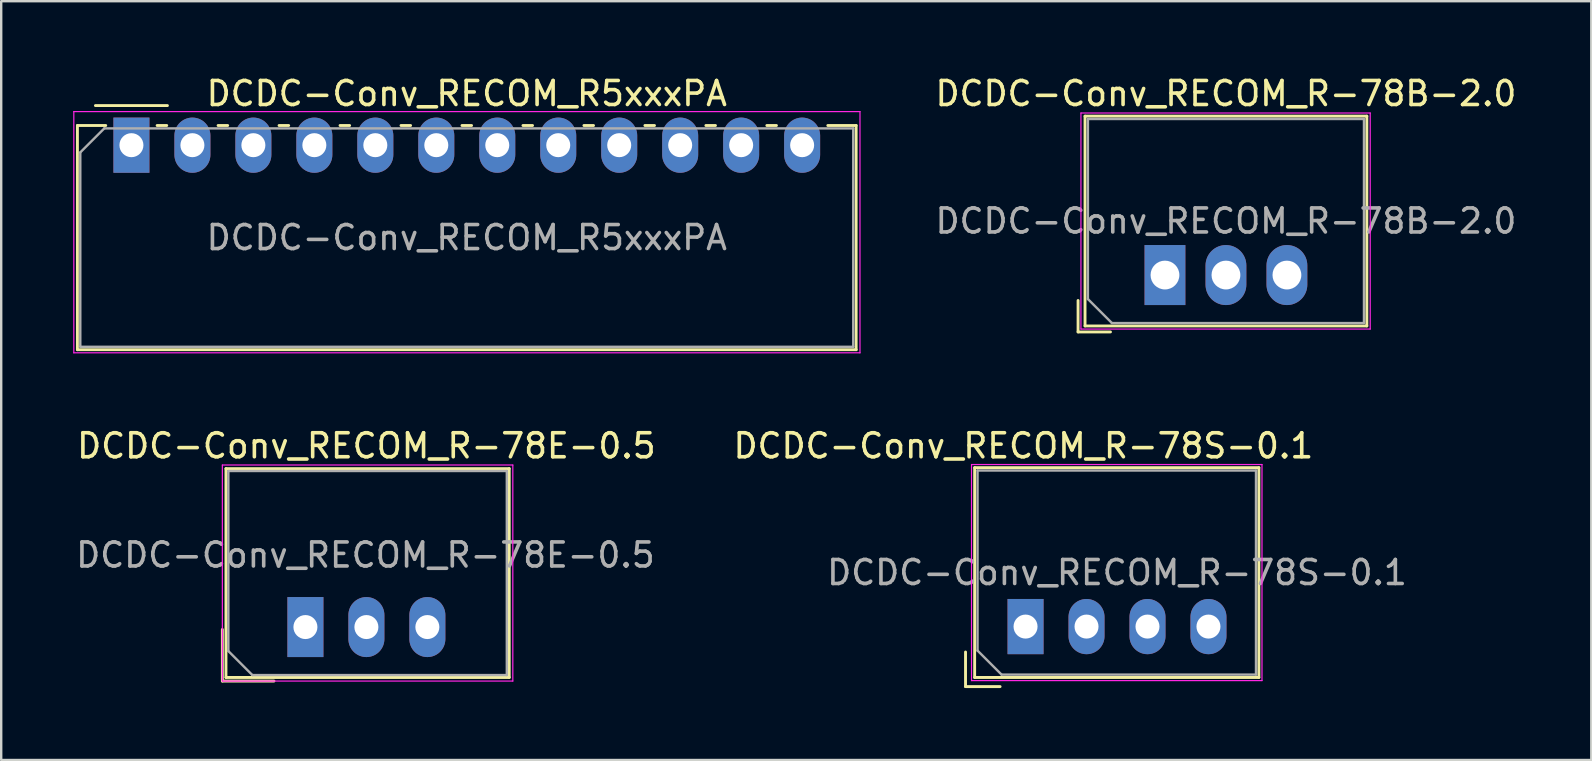
<source format=kicad_pcb>
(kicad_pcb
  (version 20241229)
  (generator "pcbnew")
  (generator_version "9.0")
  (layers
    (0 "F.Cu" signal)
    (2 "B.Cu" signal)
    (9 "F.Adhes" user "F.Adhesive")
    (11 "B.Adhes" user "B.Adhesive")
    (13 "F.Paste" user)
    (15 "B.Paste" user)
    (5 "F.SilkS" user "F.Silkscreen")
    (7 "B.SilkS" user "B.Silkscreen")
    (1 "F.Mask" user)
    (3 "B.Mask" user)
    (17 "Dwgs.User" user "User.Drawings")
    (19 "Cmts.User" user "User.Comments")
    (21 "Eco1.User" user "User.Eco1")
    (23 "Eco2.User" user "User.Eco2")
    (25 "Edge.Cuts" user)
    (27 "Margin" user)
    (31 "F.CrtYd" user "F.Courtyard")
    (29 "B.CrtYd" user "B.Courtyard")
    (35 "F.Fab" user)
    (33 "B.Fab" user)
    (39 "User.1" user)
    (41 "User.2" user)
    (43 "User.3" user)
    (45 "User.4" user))
  (footprint "DCDC-Conv_RECOM_R5xxxPA"
    (layer "F.Cu")
    (at 2.425 2.998)
    (property "Reference" "DCDC-Conv_RECOM_R5xxxPA" (at 13.97 -2.15 0) (layer "F.SilkS") (effects (font (size 1 1) (thickness 0.15))))
    (attr through_hole)
    (fp_line (start -2.25 -0.82) (end -2.25 8.52) (stroke (width 0.12) (type solid)) (layer "F.SilkS"))
    (fp_line (start -2.25 -0.82) (end -1.07 -0.82) (stroke (width 0.12) (type solid)) (layer "F.SilkS"))
    (fp_line (start -2.25 8.52) (end 30.19 8.52) (stroke (width 0.12) (type solid)) (layer "F.SilkS"))
    (fp_line (start -1.5 -1.65) (end 1.5 -1.65) (stroke (width 0.12) (type solid)) (layer "F.SilkS"))
    (fp_line (start 1.07 -0.82) (end 1.471 -0.82) (stroke (width 0.12) (type solid)) (layer "F.SilkS"))
    (fp_line (start 3.61 -0.82) (end 4.01 -0.82) (stroke (width 0.12) (type solid)) (layer "F.SilkS"))
    (fp_line (start 6.15 -0.82) (end 6.551 -0.82) (stroke (width 0.12) (type solid)) (layer "F.SilkS"))
    (fp_line (start 8.69 -0.82) (end 9.09 -0.82) (stroke (width 0.12) (type solid)) (layer "F.SilkS"))
    (fp_line (start 11.23 -0.82) (end 11.63 -0.82) (stroke (width 0.12) (type solid)) (layer "F.SilkS"))
    (fp_line (start 13.77 -0.82) (end 14.17 -0.82) (stroke (width 0.12) (type solid)) (layer "F.SilkS"))
    (fp_line (start 16.31 -0.82) (end 16.71 -0.82) (stroke (width 0.12) (type solid)) (layer "F.SilkS"))
    (fp_line (start 18.85 -0.82) (end 19.25 -0.82) (stroke (width 0.12) (type solid)) (layer "F.SilkS"))
    (fp_line (start 21.39 -0.82) (end 21.79 -0.82) (stroke (width 0.12) (type solid)) (layer "F.SilkS"))
    (fp_line (start 23.93 -0.82) (end 24.33 -0.82) (stroke (width 0.12) (type solid)) (layer "F.SilkS"))
    (fp_line (start 26.47 -0.82) (end 26.87 -0.82) (stroke (width 0.12) (type solid)) (layer "F.SilkS"))
    (fp_line (start 29.01 -0.82) (end 30.19 -0.82) (stroke (width 0.12) (type solid)) (layer "F.SilkS"))
    (fp_line (start 30.19 -0.82) (end 30.19 8.52) (stroke (width 0.12) (type solid)) (layer "F.SilkS"))
    (fp_line (start -2.4 -1.4) (end -2.4 8.65) (stroke (width 0.05) (type solid)) (layer "F.CrtYd"))
    (fp_line (start -2.4 8.65) (end 30.35 8.65) (stroke (width 0.05) (type solid)) (layer "F.CrtYd"))
    (fp_line (start 30.35 -1.4) (end -2.4 -1.4) (stroke (width 0.05) (type solid)) (layer "F.CrtYd"))
    (fp_line (start 30.35 8.65) (end 30.35 -1.4) (stroke (width 0.05) (type solid)) (layer "F.CrtYd"))
    (fp_line (start -2.13 0.3) (end -1.13 -0.7) (stroke (width 0.1) (type solid)) (layer "F.Fab"))
    (fp_line (start -2.13 8.4) (end -2.13 0.3) (stroke (width 0.1) (type solid)) (layer "F.Fab"))
    (fp_line (start -1.13 -0.7) (end 30.07 -0.7) (stroke (width 0.1) (type solid)) (layer "F.Fab"))
    (fp_line (start 30.07 -0.7) (end 30.07 8.4) (stroke (width 0.1) (type solid)) (layer "F.Fab"))
    (fp_line (start 30.07 8.4) (end -2.13 8.4) (stroke (width 0.1) (type solid)) (layer "F.Fab"))
    (fp_text user "${REFERENCE}" (at 13.97 3.85 0) (layer "F.Fab") (effects (font (size 1 1) (thickness 0.15))))
    (pad "1" thru_hole rect (at 0 0) (size 1.5 2.3) (drill 1) (layers "*.Cu" "*.Mask"))
    (pad "2" thru_hole oval (at 2.54 0) (size 1.5 2.3) (drill 1) (layers "*.Cu" "*.Mask"))
    (pad "3" thru_hole oval (at 5.08 0) (size 1.5 2.3) (drill 1) (layers "*.Cu" "*.Mask"))
    (pad "4" thru_hole oval (at 7.62 0) (size 1.5 2.3) (drill 1) (layers "*.Cu" "*.Mask"))
    (pad "5" thru_hole oval (at 10.16 0) (size 1.5 2.3) (drill 1) (layers "*.Cu" "*.Mask"))
    (pad "6" thru_hole oval (at 12.7 0) (size 1.5 2.3) (drill 1) (layers "*.Cu" "*.Mask"))
    (pad "7" thru_hole oval (at 15.24 0) (size 1.5 2.3) (drill 1) (layers "*.Cu" "*.Mask"))
    (pad "8" thru_hole oval (at 17.78 0) (size 1.5 2.3) (drill 1) (layers "*.Cu" "*.Mask"))
    (pad "9" thru_hole oval (at 20.32 0) (size 1.5 2.3) (drill 1) (layers "*.Cu" "*.Mask"))
    (pad "10" thru_hole oval (at 22.86 0) (size 1.5 2.3) (drill 1) (layers "*.Cu" "*.Mask"))
    (pad "11" thru_hole oval (at 25.4 0) (size 1.5 2.3) (drill 1) (layers "*.Cu" "*.Mask"))
    (pad "12" thru_hole oval (at 27.94 0) (size 1.5 2.3) (drill 1) (layers "*.Cu" "*.Mask")))
  (footprint "DCDC-Conv_RECOM_R-78B-2.0"
    (layer "F.Cu")
    (at 45.48 8.408)
    (property "Reference" "DCDC-Conv_RECOM_R-78B-2.0" (at 2.54 -7.56 0) (layer "F.SilkS") (effects (font (size 1 1) (thickness 0.15))))
    (attr through_hole)
    (fp_line (start -3.62 1.06) (end -3.62 2.37) (stroke (width 0.12) (type solid)) (layer "F.SilkS"))
    (fp_line (start -3.62 2.37) (end -2.27 2.37) (stroke (width 0.12) (type solid)) (layer "F.SilkS"))
    (fp_line (start -3.33 -6.62) (end -3.33 2.12) (stroke (width 0.12) (type solid)) (layer "F.SilkS"))
    (fp_line (start -3.33 -6.62) (end 8.41 -6.62) (stroke (width 0.12) (type solid)) (layer "F.SilkS"))
    (fp_line (start -3.33 2.12) (end 8.41 2.12) (stroke (width 0.12) (type solid)) (layer "F.SilkS"))
    (fp_line (start 8.41 -6.62) (end 8.41 2.12) (stroke (width 0.12) (type solid)) (layer "F.SilkS"))
    (fp_line (start -3.5 -6.75) (end -3.5 2.25) (stroke (width 0.05) (type solid)) (layer "F.CrtYd"))
    (fp_line (start -3.5 2.25) (end 8.55 2.25) (stroke (width 0.05) (type solid)) (layer "F.CrtYd"))
    (fp_line (start 8.55 -6.75) (end -3.5 -6.75) (stroke (width 0.05) (type solid)) (layer "F.CrtYd"))
    (fp_line (start 8.55 2.25) (end 8.55 -6.75) (stroke (width 0.05) (type solid)) (layer "F.CrtYd"))
    (fp_line (start -3.21 -6.5) (end 8.29 -6.5) (stroke (width 0.1) (type solid)) (layer "F.Fab"))
    (fp_line (start -3.21 1) (end -3.21 -6.5) (stroke (width 0.1) (type solid)) (layer "F.Fab"))
    (fp_line (start -2.21 2) (end -3.21 1) (stroke (width 0.1) (type solid)) (layer "F.Fab"))
    (fp_line (start 8.29 -6.5) (end 8.29 2) (stroke (width 0.1) (type solid)) (layer "F.Fab"))
    (fp_line (start 8.29 2) (end -2.21 2) (stroke (width 0.1) (type solid)) (layer "F.Fab"))
    (fp_text user "${REFERENCE}" (at 2.54 -2.25 0) (layer "F.Fab") (effects (font (size 1 1) (thickness 0.15))))
    (pad "1" thru_hole rect (at 0 0) (size 1.7 2.5) (drill 1.2) (layers "*.Cu" "*.Mask"))
    (pad "2" thru_hole oval (at 2.54 0) (size 1.7 2.5) (drill 1.2) (layers "*.Cu" "*.Mask"))
    (pad "3" thru_hole oval (at 5.08 0) (size 1.7 2.5) (drill 1.2) (layers "*.Cu" "*.Mask")))
  (footprint "DCDC-Conv_RECOM_R-78S-0.1"
    (layer "F.Cu")
    (at 39.672 23.052)
    (property "Reference" "DCDC-Conv_RECOM_R-78S-0.1" (at -0.09 -7.53 0) (layer "F.SilkS") (effects (font (size 1 1) (thickness 0.15))))
    (attr through_hole)
    (fp_line (start -2.5 1.06) (end -2.5 2.5) (stroke (width 0.12) (type solid)) (layer "F.SilkS"))
    (fp_line (start -2.5 2.5) (end -1.06 2.5) (stroke (width 0.12) (type solid)) (layer "F.SilkS"))
    (fp_line (start -2.12 -6.62) (end -2.12 2.12) (stroke (width 0.12) (type solid)) (layer "F.SilkS"))
    (fp_line (start -2.12 -6.62) (end 9.72 -6.62) (stroke (width 0.12) (type solid)) (layer "F.SilkS"))
    (fp_line (start -2.12 2.12) (end 9.72 2.12) (stroke (width 0.12) (type solid)) (layer "F.SilkS"))
    (fp_line (start 9.72 -6.62) (end 9.72 2.12) (stroke (width 0.12) (type solid)) (layer "F.SilkS"))
    (fp_line (start -2.25 -6.75) (end -2.25 2.25) (stroke (width 0.05) (type solid)) (layer "F.CrtYd"))
    (fp_line (start -2.25 2.25) (end 9.85 2.25) (stroke (width 0.05) (type solid)) (layer "F.CrtYd"))
    (fp_line (start 9.85 -6.75) (end -2.25 -6.75) (stroke (width 0.05) (type solid)) (layer "F.CrtYd"))
    (fp_line (start 9.85 2.25) (end 9.85 -6.75) (stroke (width 0.05) (type solid)) (layer "F.CrtYd"))
    (fp_line (start -2 -6.5) (end 9.6 -6.5) (stroke (width 0.1) (type solid)) (layer "F.Fab"))
    (fp_line (start -2 1) (end -2 -6.5) (stroke (width 0.1) (type solid)) (layer "F.Fab"))
    (fp_line (start -1 2) (end -2 1) (stroke (width 0.1) (type solid)) (layer "F.Fab"))
    (fp_line (start 9.6 -6.5) (end 9.6 2) (stroke (width 0.1) (type solid)) (layer "F.Fab"))
    (fp_line (start 9.6 2) (end -1 2) (stroke (width 0.1) (type solid)) (layer "F.Fab"))
    (fp_text user "${REFERENCE}" (at 3.81 -2.25 0) (layer "F.Fab") (effects (font (size 1 1) (thickness 0.15))))
    (pad "1" thru_hole rect (at 0 0) (size 1.5 2.3) (drill 1) (layers "*.Cu" "*.Mask"))
    (pad "2" thru_hole oval (at 2.54 0) (size 1.5 2.3) (drill 1) (layers "*.Cu" "*.Mask"))
    (pad "3" thru_hole oval (at 5.08 0) (size 1.5 2.3) (drill 1) (layers "*.Cu" "*.Mask"))
    (pad "4" thru_hole oval (at 7.62 0) (size 1.5 2.3) (drill 1) (layers "*.Cu" "*.Mask")))
  (footprint "DCDC-Conv_RECOM_R-78E-0.5"
    (layer "F.Cu")
    (at 9.673 23.072)
    (property "Reference" "DCDC-Conv_RECOM_R-78E-0.5" (at 2.54 -7.55 0) (layer "F.SilkS") (effects (font (size 1 1) (thickness 0.15))))
    (attr through_hole)
    (fp_line (start -3.46 0.1) (end -3.46 2.25) (stroke (width 0.12) (type solid)) (layer "F.SilkS"))
    (fp_line (start -3.46 2.25) (end -1.31 2.25) (stroke (width 0.12) (type solid)) (layer "F.SilkS"))
    (fp_line (start -3.31 -6.6) (end -3.31 2.1) (stroke (width 0.12) (type solid)) (layer "F.SilkS"))
    (fp_line (start -3.31 2.1) (end 8.49 2.1) (stroke (width 0.12) (type solid)) (layer "F.SilkS"))
    (fp_line (start 8.49 -6.6) (end -3.31 -6.6) (stroke (width 0.12) (type solid)) (layer "F.SilkS"))
    (fp_line (start 8.49 2.1) (end 8.49 -6.6) (stroke (width 0.12) (type solid)) (layer "F.SilkS"))
    (fp_line (start -3.46 -6.75) (end -3.46 2.25) (stroke (width 0.05) (type solid)) (layer "F.CrtYd"))
    (fp_line (start -3.46 2.25) (end 8.64 2.25) (stroke (width 0.05) (type solid)) (layer "F.CrtYd"))
    (fp_line (start 8.64 -6.75) (end -3.46 -6.75) (stroke (width 0.05) (type solid)) (layer "F.CrtYd"))
    (fp_line (start 8.64 2.25) (end 8.64 -6.75) (stroke (width 0.05) (type solid)) (layer "F.CrtYd"))
    (fp_line (start -3.21 -6.5) (end -3.21 1) (stroke (width 0.1) (type solid)) (layer "F.Fab"))
    (fp_line (start -3.21 1) (end -2.21 2) (stroke (width 0.1) (type solid)) (layer "F.Fab"))
    (fp_line (start -2.21 2) (end 8.39 2) (stroke (width 0.1) (type solid)) (layer "F.Fab"))
    (fp_line (start 8.39 -6.5) (end -3.21 -6.5) (stroke (width 0.1) (type solid)) (layer "F.Fab"))
    (fp_line (start 8.39 2) (end 8.39 -6.5) (stroke (width 0.1) (type solid)) (layer "F.Fab"))
    (fp_text user "${REFERENCE}" (at 2.5 -3 0) (layer "F.Fab") (effects (font (size 1 1) (thickness 0.15))))
    (pad "1" thru_hole rect (at 0 0) (size 1.5 2.5) (drill 1) (layers "*.Cu" "*.Mask"))
    (pad "2" thru_hole oval (at 2.54 0) (size 1.5 2.5) (drill 1) (layers "*.Cu" "*.Mask"))
    (pad "3" thru_hole oval (at 5.08 0) (size 1.5 2.5) (drill 1) (layers "*.Cu" "*.Mask")))
  (gr_rect
    (start -3 -3)
    (end 63.24 28.611)
    (stroke (width 0.1) (type default))
    (fill no)
    (layer "Edge.Cuts")))
</source>
